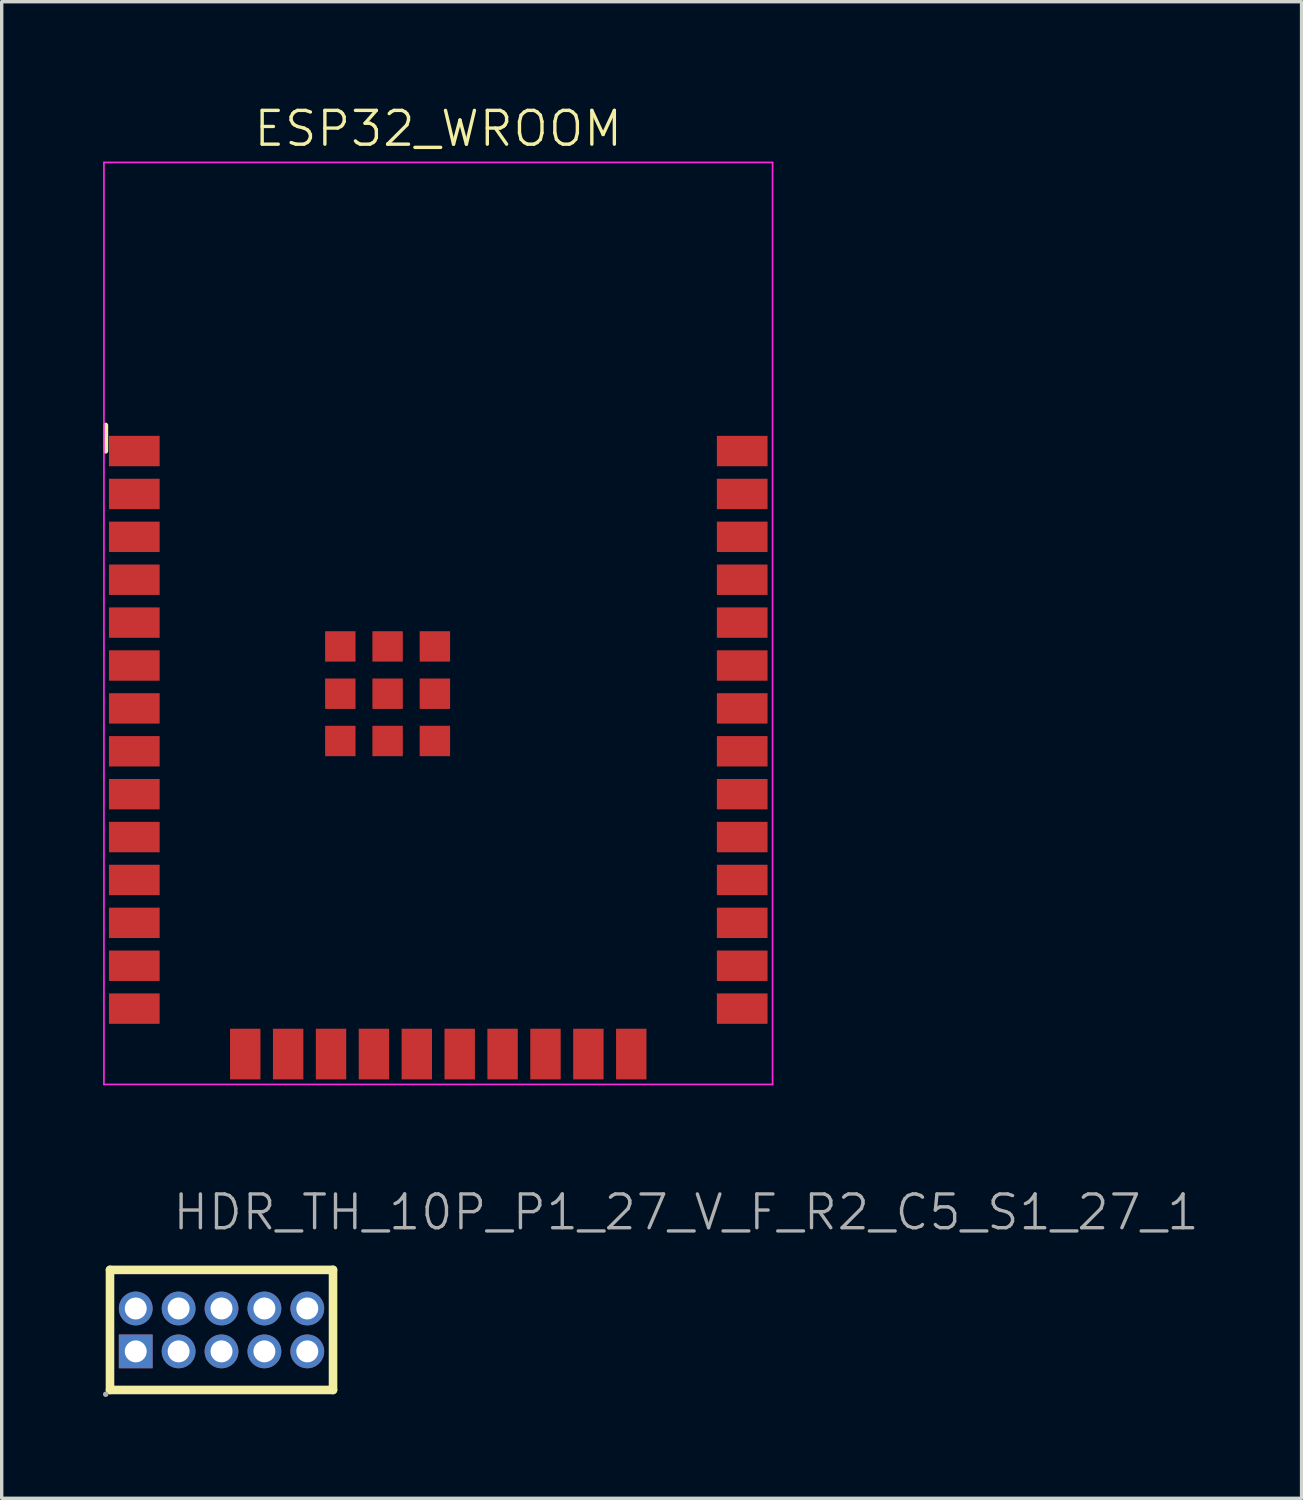
<source format=kicad_pcb>
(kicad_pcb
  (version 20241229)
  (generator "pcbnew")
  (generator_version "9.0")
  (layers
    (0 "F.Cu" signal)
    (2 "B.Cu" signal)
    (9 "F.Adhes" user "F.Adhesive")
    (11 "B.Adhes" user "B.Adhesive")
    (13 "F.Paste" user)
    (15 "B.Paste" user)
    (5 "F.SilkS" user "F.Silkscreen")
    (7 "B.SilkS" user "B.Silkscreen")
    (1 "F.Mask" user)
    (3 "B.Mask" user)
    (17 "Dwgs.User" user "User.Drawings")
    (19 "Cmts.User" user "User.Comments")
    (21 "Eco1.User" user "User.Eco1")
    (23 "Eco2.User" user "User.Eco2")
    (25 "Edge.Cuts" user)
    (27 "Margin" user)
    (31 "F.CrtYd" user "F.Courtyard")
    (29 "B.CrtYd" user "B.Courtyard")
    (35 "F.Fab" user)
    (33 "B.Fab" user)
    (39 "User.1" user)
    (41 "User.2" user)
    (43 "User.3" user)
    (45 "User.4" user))
  (footprint "ESP32_WROOM"
    (layer "F.Cu")
    (at 9.927 15.411)
    (property "Reference" "ESP32_WROOM" (at 0 -14.65 0) (layer "F.SilkS") (effects (font (size 1 1) (thickness 0.1))))
    (fp_poly (pts (xy -9.8 -4.605) (xy -8.2 -4.605) (xy -8.2 -5.605) (xy -9.8 -5.605)) (stroke (width 0) (type solid)) (fill yes) (layer "F.Mask"))
    (fp_poly (pts (xy -9.8 -3.335) (xy -8.2 -3.335) (xy -8.2 -4.335) (xy -9.8 -4.335)) (stroke (width 0) (type solid)) (fill yes) (layer "F.Mask"))
    (fp_poly (pts (xy -9.8 -2.065) (xy -8.2 -2.065) (xy -8.2 -3.065) (xy -9.8 -3.065)) (stroke (width 0) (type solid)) (fill yes) (layer "F.Mask"))
    (fp_poly (pts (xy -9.8 -0.795) (xy -8.2 -0.795) (xy -8.2 -1.795) (xy -9.8 -1.795)) (stroke (width 0) (type solid)) (fill yes) (layer "F.Mask"))
    (fp_poly (pts (xy -9.8 0.475) (xy -8.2 0.475) (xy -8.2 -0.525) (xy -9.8 -0.525)) (stroke (width 0) (type solid)) (fill yes) (layer "F.Mask"))
    (fp_poly (pts (xy -9.8 1.745) (xy -8.2 1.745) (xy -8.2 0.745) (xy -9.8 0.745)) (stroke (width 0) (type solid)) (fill yes) (layer "F.Mask"))
    (fp_poly (pts (xy -9.8 3.015) (xy -8.2 3.015) (xy -8.2 2.015) (xy -9.8 2.015)) (stroke (width 0) (type solid)) (fill yes) (layer "F.Mask"))
    (fp_poly (pts (xy -9.8 4.285) (xy -8.2 4.285) (xy -8.2 3.285) (xy -9.8 3.285)) (stroke (width 0) (type solid)) (fill yes) (layer "F.Mask"))
    (fp_poly (pts (xy -9.8 5.555) (xy -8.2 5.555) (xy -8.2 4.555) (xy -9.8 4.555)) (stroke (width 0) (type solid)) (fill yes) (layer "F.Mask"))
    (fp_poly (pts (xy -9.8 6.825) (xy -8.2 6.825) (xy -8.2 5.825) (xy -9.8 5.825)) (stroke (width 0) (type solid)) (fill yes) (layer "F.Mask"))
    (fp_poly (pts (xy -9.8 8.095) (xy -8.2 8.095) (xy -8.2 7.095) (xy -9.8 7.095)) (stroke (width 0) (type solid)) (fill yes) (layer "F.Mask"))
    (fp_poly (pts (xy -9.8 9.365) (xy -8.2 9.365) (xy -8.2 8.365) (xy -9.8 8.365)) (stroke (width 0) (type solid)) (fill yes) (layer "F.Mask"))
    (fp_poly (pts (xy -9.8 10.635) (xy -8.2 10.635) (xy -8.2 9.635) (xy -9.8 9.635)) (stroke (width 0) (type solid)) (fill yes) (layer "F.Mask"))
    (fp_poly (pts (xy -9.8 11.905) (xy -8.2 11.905) (xy -8.2 10.905) (xy -9.8 10.905)) (stroke (width 0) (type solid)) (fill yes) (layer "F.Mask"))
    (fp_poly (pts (xy -6.215 11.95) (xy -6.215 13.55) (xy -5.215 13.55) (xy -5.215 11.95)) (stroke (width 0) (type solid)) (fill yes) (layer "F.Mask"))
    (fp_poly (pts (xy -4.945 11.95) (xy -4.945 13.55) (xy -3.945 13.55) (xy -3.945 11.95)) (stroke (width 0) (type solid)) (fill yes) (layer "F.Mask"))
    (fp_poly (pts (xy -3.675 11.95) (xy -3.675 13.55) (xy -2.675 13.55) (xy -2.675 11.95)) (stroke (width 0) (type solid)) (fill yes) (layer "F.Mask"))
    (fp_poly (pts (xy -3.4 1.18) (xy -2.4 1.18) (xy -2.4 0.18) (xy -3.4 0.18)) (stroke (width 0) (type solid)) (fill yes) (layer "F.Mask"))
    (fp_poly (pts (xy -3.4 2.58) (xy -2.4 2.58) (xy -2.4 1.58) (xy -3.4 1.58)) (stroke (width 0) (type solid)) (fill yes) (layer "F.Mask"))
    (fp_poly (pts (xy -3.4 3.98) (xy -2.4 3.98) (xy -2.4 2.98) (xy -3.4 2.98)) (stroke (width 0) (type solid)) (fill yes) (layer "F.Mask"))
    (fp_poly (pts (xy -2.405 11.95) (xy -2.405 13.55) (xy -1.405 13.55) (xy -1.405 11.95)) (stroke (width 0) (type solid)) (fill yes) (layer "F.Mask"))
    (fp_poly (pts (xy -2 1.18) (xy -1 1.18) (xy -1 0.18) (xy -2 0.18)) (stroke (width 0) (type solid)) (fill yes) (layer "F.Mask"))
    (fp_poly (pts (xy -2 2.58) (xy -1 2.58) (xy -1 1.58) (xy -2 1.58)) (stroke (width 0) (type solid)) (fill yes) (layer "F.Mask"))
    (fp_poly (pts (xy -2 3.98) (xy -1 3.98) (xy -1 2.98) (xy -2 2.98)) (stroke (width 0) (type solid)) (fill yes) (layer "F.Mask"))
    (fp_poly (pts (xy -1.135 11.95) (xy -1.135 13.55) (xy -0.135 13.55) (xy -0.135 11.95)) (stroke (width 0) (type solid)) (fill yes) (layer "F.Mask"))
    (fp_poly (pts (xy -0.6 1.18) (xy 0.4 1.18) (xy 0.4 0.18) (xy -0.6 0.18)) (stroke (width 0) (type solid)) (fill yes) (layer "F.Mask"))
    (fp_poly (pts (xy -0.6 2.58) (xy 0.4 2.58) (xy 0.4 1.58) (xy -0.6 1.58)) (stroke (width 0) (type solid)) (fill yes) (layer "F.Mask"))
    (fp_poly (pts (xy -0.6 3.98) (xy 0.4 3.98) (xy 0.4 2.98) (xy -0.6 2.98)) (stroke (width 0) (type solid)) (fill yes) (layer "F.Mask"))
    (fp_poly (pts (xy 0.135 11.95) (xy 0.135 13.55) (xy 1.135 13.55) (xy 1.135 11.95)) (stroke (width 0) (type solid)) (fill yes) (layer "F.Mask"))
    (fp_poly (pts (xy 1.405 11.95) (xy 1.405 13.55) (xy 2.405 13.55) (xy 2.405 11.95)) (stroke (width 0) (type solid)) (fill yes) (layer "F.Mask"))
    (fp_poly (pts (xy 2.675 11.95) (xy 2.675 13.55) (xy 3.675 13.55) (xy 3.675 11.95)) (stroke (width 0) (type solid)) (fill yes) (layer "F.Mask"))
    (fp_poly (pts (xy 3.945 11.95) (xy 3.945 13.55) (xy 4.945 13.55) (xy 4.945 11.95)) (stroke (width 0) (type solid)) (fill yes) (layer "F.Mask"))
    (fp_poly (pts (xy 5.215 11.95) (xy 5.215 13.55) (xy 6.215 13.55) (xy 6.215 11.95)) (stroke (width 0) (type solid)) (fill yes) (layer "F.Mask"))
    (fp_poly (pts (xy 8.2 -4.605) (xy 9.8 -4.605) (xy 9.8 -5.605) (xy 8.2 -5.605)) (stroke (width 0) (type solid)) (fill yes) (layer "F.Mask"))
    (fp_poly (pts (xy 8.2 -3.335) (xy 9.8 -3.335) (xy 9.8 -4.335) (xy 8.2 -4.335)) (stroke (width 0) (type solid)) (fill yes) (layer "F.Mask"))
    (fp_poly (pts (xy 8.2 -2.065) (xy 9.8 -2.065) (xy 9.8 -3.065) (xy 8.2 -3.065)) (stroke (width 0) (type solid)) (fill yes) (layer "F.Mask"))
    (fp_poly (pts (xy 8.2 -0.795) (xy 9.8 -0.795) (xy 9.8 -1.795) (xy 8.2 -1.795)) (stroke (width 0) (type solid)) (fill yes) (layer "F.Mask"))
    (fp_poly (pts (xy 8.2 0.475) (xy 9.8 0.475) (xy 9.8 -0.525) (xy 8.2 -0.525)) (stroke (width 0) (type solid)) (fill yes) (layer "F.Mask"))
    (fp_poly (pts (xy 8.2 1.745) (xy 9.8 1.745) (xy 9.8 0.745) (xy 8.2 0.745)) (stroke (width 0) (type solid)) (fill yes) (layer "F.Mask"))
    (fp_poly (pts (xy 8.2 3.015) (xy 9.8 3.015) (xy 9.8 2.015) (xy 8.2 2.015)) (stroke (width 0) (type solid)) (fill yes) (layer "F.Mask"))
    (fp_poly (pts (xy 8.2 4.285) (xy 9.8 4.285) (xy 9.8 3.285) (xy 8.2 3.285)) (stroke (width 0) (type solid)) (fill yes) (layer "F.Mask"))
    (fp_poly (pts (xy 8.2 5.555) (xy 9.8 5.555) (xy 9.8 4.555) (xy 8.2 4.555)) (stroke (width 0) (type solid)) (fill yes) (layer "F.Mask"))
    (fp_poly (pts (xy 8.2 6.825) (xy 9.8 6.825) (xy 9.8 5.825) (xy 8.2 5.825)) (stroke (width 0) (type solid)) (fill yes) (layer "F.Mask"))
    (fp_poly (pts (xy 8.2 8.095) (xy 9.8 8.095) (xy 9.8 7.095) (xy 8.2 7.095)) (stroke (width 0) (type solid)) (fill yes) (layer "F.Mask"))
    (fp_poly (pts (xy 8.2 9.365) (xy 9.8 9.365) (xy 9.8 8.365) (xy 8.2 8.365)) (stroke (width 0) (type solid)) (fill yes) (layer "F.Mask"))
    (fp_poly (pts (xy 8.2 10.635) (xy 9.8 10.635) (xy 9.8 9.635) (xy 8.2 9.635)) (stroke (width 0) (type solid)) (fill yes) (layer "F.Mask"))
    (fp_poly (pts (xy 8.2 11.905) (xy 9.8 11.905) (xy 9.8 10.905) (xy 8.2 10.905)) (stroke (width 0) (type solid)) (fill yes) (layer "F.Mask"))
    (fp_line (start -9.85 -5.105) (end -9.85 -5.87) (stroke (width 0.153) (type solid)) (layer "F.SilkS"))
    (fp_line (start -9.9 -13.65) (end -9.9 13.65) (stroke (width 0.05) (type solid)) (layer "F.CrtYd"))
    (fp_line (start -9.9 13.65) (end 9.9 13.65) (stroke (width 0.05) (type solid)) (layer "F.CrtYd"))
    (fp_line (start 9.9 -13.65) (end -9.9 -13.65) (stroke (width 0.05) (type solid)) (layer "F.CrtYd"))
    (fp_line (start 9.9 13.65) (end 9.9 -13.65) (stroke (width 0.05) (type solid)) (layer "F.CrtYd"))
    (pad "1" smd rect (at -9 -5.105) (size 1.5 0.9) (layers "F.Cu" "F.Paste"))
    (pad "2" smd rect (at -9 -3.835) (size 1.5 0.9) (layers "F.Cu" "F.Paste"))
    (pad "3" smd rect (at -9 -2.565) (size 1.5 0.9) (layers "F.Cu" "F.Paste"))
    (pad "4" smd rect (at -9 -1.295) (size 1.5 0.9) (layers "F.Cu" "F.Paste"))
    (pad "5" smd rect (at -9 -0.025) (size 1.5 0.9) (layers "F.Cu" "F.Paste"))
    (pad "6" smd rect (at -9 1.245) (size 1.5 0.9) (layers "F.Cu" "F.Paste"))
    (pad "7" smd rect (at -9 2.515) (size 1.5 0.9) (layers "F.Cu" "F.Paste"))
    (pad "8" smd rect (at -9 3.785) (size 1.5 0.9) (layers "F.Cu" "F.Paste"))
    (pad "9" smd rect (at -9 5.055) (size 1.5 0.9) (layers "F.Cu" "F.Paste"))
    (pad "10" smd rect (at -9 6.325) (size 1.5 0.9) (layers "F.Cu" "F.Paste"))
    (pad "11" smd rect (at -9 7.595) (size 1.5 0.9) (layers "F.Cu" "F.Paste"))
    (pad "12" smd rect (at -9 8.865) (size 1.5 0.9) (layers "F.Cu" "F.Paste"))
    (pad "13" smd rect (at -9 10.135) (size 1.5 0.9) (layers "F.Cu" "F.Paste"))
    (pad "14" smd rect (at -9 11.405) (size 1.5 0.9) (layers "F.Cu" "F.Paste"))
    (pad "15" smd rect (at -5.715 12.75 270) (size 1.5 0.9) (layers "F.Cu" "F.Paste"))
    (pad "16" smd rect (at -4.445 12.75 270) (size 1.5 0.9) (layers "F.Cu" "F.Paste"))
    (pad "17" smd rect (at -3.175 12.75 270) (size 1.5 0.9) (layers "F.Cu" "F.Paste"))
    (pad "18" smd rect (at -1.905 12.75 270) (size 1.5 0.9) (layers "F.Cu" "F.Paste"))
    (pad "19" smd rect (at -0.635 12.75 270) (size 1.5 0.9) (layers "F.Cu" "F.Paste"))
    (pad "20" smd rect (at 0.635 12.75 270) (size 1.5 0.9) (layers "F.Cu" "F.Paste"))
    (pad "21" smd rect (at 1.905 12.75 270) (size 1.5 0.9) (layers "F.Cu" "F.Paste"))
    (pad "22" smd rect (at 3.175 12.75 270) (size 1.5 0.9) (layers "F.Cu" "F.Paste"))
    (pad "23" smd rect (at 4.445 12.75 270) (size 1.5 0.9) (layers "F.Cu" "F.Paste"))
    (pad "24" smd rect (at 5.715 12.75 270) (size 1.5 0.9) (layers "F.Cu" "F.Paste"))
    (pad "25" smd rect (at 9 11.405) (size 1.5 0.9) (layers "F.Cu" "F.Paste"))
    (pad "26" smd rect (at 9 10.135) (size 1.5 0.9) (layers "F.Cu" "F.Paste"))
    (pad "27" smd rect (at 9 8.865) (size 1.5 0.9) (layers "F.Cu" "F.Paste"))
    (pad "28" smd rect (at 9 7.595) (size 1.5 0.9) (layers "F.Cu" "F.Paste"))
    (pad "29" smd rect (at 9 6.325) (size 1.5 0.9) (layers "F.Cu" "F.Paste"))
    (pad "30" smd rect (at 9 5.055) (size 1.5 0.9) (layers "F.Cu" "F.Paste"))
    (pad "31" smd rect (at 9 3.785) (size 1.5 0.9) (layers "F.Cu" "F.Paste"))
    (pad "32" smd rect (at 9 2.515) (size 1.5 0.9) (layers "F.Cu" "F.Paste"))
    (pad "33" smd rect (at 9 1.245) (size 1.5 0.9) (layers "F.Cu" "F.Paste"))
    (pad "34" smd rect (at 9 -0.025) (size 1.5 0.9) (layers "F.Cu" "F.Paste"))
    (pad "35" smd rect (at 9 -1.295) (size 1.5 0.9) (layers "F.Cu" "F.Paste"))
    (pad "36" smd rect (at 9 -2.565) (size 1.5 0.9) (layers "F.Cu" "F.Paste"))
    (pad "37" smd rect (at 9 -3.835) (size 1.5 0.9) (layers "F.Cu" "F.Paste"))
    (pad "38" smd rect (at 9 -5.105) (size 1.5 0.9) (layers "F.Cu" "F.Paste"))
    (pad "39" smd rect (at -2.9 3.48) (size 0.9 0.9) (layers "F.Cu" "F.Paste"))
    (pad "40" smd rect (at -2.9 2.08) (size 0.9 0.9) (layers "F.Cu" "F.Paste"))
    (pad "41" smd rect (at -2.9 0.68) (size 0.9 0.9) (layers "F.Cu" "F.Paste"))
    (pad "42" smd rect (at -1.5 3.48) (size 0.9 0.9) (layers "F.Cu" "F.Paste"))
    (pad "43" smd rect (at -1.5 2.08) (size 0.9 0.9) (layers "F.Cu" "F.Paste"))
    (pad "44" smd rect (at -1.5 0.68) (size 0.9 0.9) (layers "F.Cu" "F.Paste"))
    (pad "45" smd rect (at -0.1 3.48) (size 0.9 0.9) (layers "F.Cu" "F.Paste"))
    (pad "46" smd rect (at -0.1 2.08) (size 0.9 0.9) (layers "F.Cu" "F.Paste"))
    (pad "47" smd rect (at -0.1 0.68) (size 0.9 0.9) (layers "F.Cu" "F.Paste")))
  (footprint "HDR_TH_10P_P1_27_V_F_R2_C5_S1_27_1"
    (layer "F.Cu")
    (at 3.509 36.33)
    (property "Reference" "HDR_TH_10P_P1_27_V_F_R2_C5_S1_27_1" (at -1.5 -3.484 0) (layer "F.Fab") (effects (font (size 1 1) (thickness 0.1)) (justify left)))
    (fp_line (start -3.302 -1.778) (end 3.302 -1.778) (stroke (width 0.254) (type solid)) (layer "F.SilkS"))
    (fp_line (start -3.302 1.778) (end -3.302 -1.778) (stroke (width 0.254) (type solid)) (layer "F.SilkS"))
    (fp_line (start 3.302 -1.778) (end 3.302 1.778) (stroke (width 0.254) (type solid)) (layer "F.SilkS"))
    (fp_line (start 3.302 1.778) (end -3.302 1.778) (stroke (width 0.254) (type solid)) (layer "F.SilkS"))
    (fp_poly (pts (xy -3.399 1.905) (xy -3.4 1.899) (xy -3.401 1.894) (xy -3.404 1.888) (xy -3.408 1.884) (xy -3.412 1.88) (xy -3.418 1.877) (xy -3.423 1.876) (xy -3.429 1.875) (xy -3.435 1.876) (xy -3.44 1.877) (xy -3.446 1.88) (xy -3.45 1.884) (xy -3.454 1.888) (xy -3.457 1.894) (xy -3.458 1.899) (xy -3.459 1.905) (xy -3.458 1.911) (xy -3.457 1.916) (xy -3.454 1.922) (xy -3.45 1.926) (xy -3.446 1.93) (xy -3.44 1.933) (xy -3.435 1.934) (xy -3.429 1.935) (xy -3.423 1.934) (xy -3.418 1.933) (xy -3.412 1.93) (xy -3.408 1.926) (xy -3.404 1.922) (xy -3.401 1.916) (xy -3.4 1.911)) (stroke (width 0.1) (type solid)) (fill no) (layer "F.Fab"))
    (pad "1" thru_hole rect (at -2.54 0.635) (size 1 1) (drill 0.65) (layers "*.Cu"))
    (pad "2" thru_hole circle (at -2.54 -0.635) (size 1 1) (drill 0.65) (layers "*.Cu"))
    (pad "3" thru_hole circle (at -1.27 0.635) (size 1 1) (drill 0.65) (layers "*.Cu"))
    (pad "4" thru_hole circle (at -1.27 -0.635) (size 1 1) (drill 0.65) (layers "*.Cu"))
    (pad "5" thru_hole circle (at 0 0.635) (size 1 1) (drill 0.65) (layers "*.Cu"))
    (pad "6" thru_hole circle (at 0 -0.635) (size 1 1) (drill 0.65) (layers "*.Cu"))
    (pad "7" thru_hole circle (at 1.27 0.635) (size 1 1) (drill 0.65) (layers "*.Cu"))
    (pad "8" thru_hole circle (at 1.27 -0.635) (size 1 1) (drill 0.65) (layers "*.Cu"))
    (pad "9" thru_hole circle (at 2.54 0.635) (size 1 1) (drill 0.65) (layers "*.Cu"))
    (pad "10" thru_hole circle (at 2.54 -0.635) (size 1 1) (drill 0.65) (layers "*.Cu")))
  (gr_rect
    (start -3 -3)
    (end 35.49 41.315)
    (stroke (width 0.1) (type default))
    (fill no)
    (layer "Edge.Cuts")))
</source>
